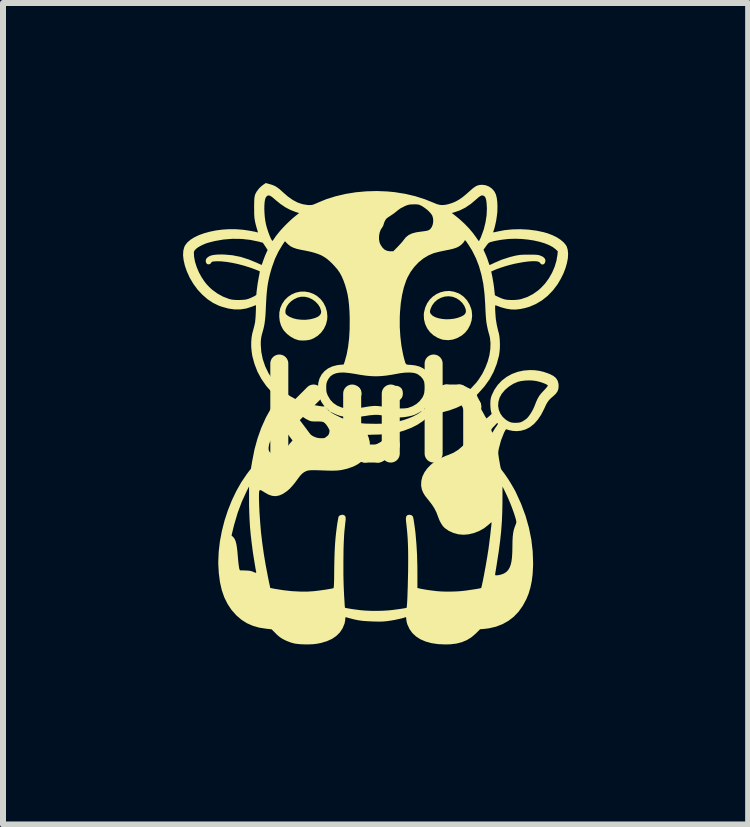
<source format=kicad_pcb>
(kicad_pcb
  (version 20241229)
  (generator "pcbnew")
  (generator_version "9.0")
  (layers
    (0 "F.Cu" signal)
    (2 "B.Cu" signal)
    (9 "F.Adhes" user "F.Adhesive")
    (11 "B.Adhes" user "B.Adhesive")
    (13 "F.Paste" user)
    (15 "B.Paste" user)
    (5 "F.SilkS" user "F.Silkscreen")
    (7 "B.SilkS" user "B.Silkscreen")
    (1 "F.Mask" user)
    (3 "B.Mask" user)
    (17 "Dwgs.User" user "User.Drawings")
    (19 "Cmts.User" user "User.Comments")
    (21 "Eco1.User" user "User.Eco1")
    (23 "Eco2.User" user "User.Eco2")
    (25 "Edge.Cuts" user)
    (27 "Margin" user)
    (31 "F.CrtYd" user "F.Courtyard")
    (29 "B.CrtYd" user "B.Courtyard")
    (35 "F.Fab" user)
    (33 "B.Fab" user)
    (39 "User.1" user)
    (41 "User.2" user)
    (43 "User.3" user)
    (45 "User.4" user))
  (footprint "kuh"
    (layer "F.Cu")
    (at 3.211 3.829)
    (property "Reference" "kuh" (at 0 0 0) (layer "F.SilkS") (effects (font (size 1.5 1.5) (thickness 0.3))))
    (attr board_only exclude_from_pos_files exclude_from_bom)
    (fp_poly (pts (xy -0.308 -0.443) (xy -0.277 -0.423) (xy -0.254 -0.392) (xy -0.24 -0.354) (xy -0.237 -0.313) (xy -0.247 -0.27) (xy -0.253 -0.256) (xy -0.279 -0.223) (xy -0.312 -0.202) (xy -0.351 -0.195) (xy -0.39 -0.203) (xy -0.4 -0.208) (xy -0.426 -0.231) (xy -0.445 -0.265) (xy -0.455 -0.305) (xy -0.456 -0.346) (xy -0.446 -0.384) (xy -0.44 -0.395) (xy -0.412 -0.429) (xy -0.376 -0.447) (xy -0.346 -0.451)) (stroke (width 0) (type solid)) (fill yes) (layer "F.SilkS"))
    (fp_poly (pts (xy 0.388 -0.439) (xy 0.418 -0.418) (xy 0.436 -0.396) (xy 0.448 -0.361) (xy 0.452 -0.32) (xy 0.446 -0.279) (xy 0.437 -0.256) (xy 0.412 -0.224) (xy 0.378 -0.203) (xy 0.34 -0.196) (xy 0.302 -0.202) (xy 0.3 -0.203) (xy 0.275 -0.22) (xy 0.252 -0.247) (xy 0.238 -0.274) (xy 0.229 -0.319) (xy 0.237 -0.367) (xy 0.245 -0.387) (xy 0.261 -0.415) (xy 0.284 -0.433) (xy 0.317 -0.447) (xy 0.325 -0.449) (xy 0.355 -0.45)) (stroke (width 0) (type solid)) (fill yes) (layer "F.SilkS"))
    (fp_poly (pts (xy -1.111 -2.009) (xy -1.038 -1.982) (xy -0.981 -1.949) (xy -0.92 -1.896) (xy -0.871 -1.833) (xy -0.835 -1.761) (xy -0.813 -1.684) (xy -0.806 -1.604) (xy -0.81 -1.552) (xy -0.829 -1.474) (xy -0.863 -1.402) (xy -0.91 -1.337) (xy -0.968 -1.283) (xy -1.035 -1.242) (xy -1.079 -1.223) (xy -1.12 -1.213) (xy -1.171 -1.207) (xy -1.223 -1.205) (xy -1.269 -1.208) (xy -1.286 -1.21) (xy -1.352 -1.232) (xy -1.417 -1.268) (xy -1.478 -1.314) (xy -1.529 -1.368) (xy -1.549 -1.397) (xy -1.58 -1.459) (xy -1.6 -1.529) (xy -1.608 -1.603) (xy -1.606 -1.677) (xy -1.603 -1.687) (xy -1.506 -1.687) (xy -1.504 -1.662) (xy -1.494 -1.643) (xy -1.478 -1.627) (xy -1.435 -1.599) (xy -1.379 -1.576) (xy -1.315 -1.56) (xy -1.245 -1.552) (xy -1.173 -1.55) (xy -1.102 -1.558) (xy -1.079 -1.562) (xy -1.013 -1.58) (xy -0.963 -1.602) (xy -0.93 -1.629) (xy -0.912 -1.661) (xy -0.91 -1.697) (xy -0.911 -1.699) (xy -0.929 -1.756) (xy -0.962 -1.808) (xy -1.006 -1.854) (xy -1.058 -1.891) (xy -1.117 -1.919) (xy -1.178 -1.934) (xy -1.241 -1.935) (xy -1.244 -1.935) (xy -1.302 -1.921) (xy -1.357 -1.896) (xy -1.407 -1.862) (xy -1.45 -1.82) (xy -1.482 -1.774) (xy -1.501 -1.725) (xy -1.506 -1.687) (xy -1.603 -1.687) (xy -1.592 -1.742) (xy -1.56 -1.816) (xy -1.516 -1.88) (xy -1.462 -1.933) (xy -1.4 -1.974) (xy -1.332 -2.003) (xy -1.26 -2.019) (xy -1.186 -2.021)) (stroke (width 0) (type solid)) (fill yes) (layer "F.SilkS"))
    (fp_poly (pts (xy 1.303 -2.019) (xy 1.377 -1.993) (xy 1.405 -1.978) (xy 1.466 -1.934) (xy 1.519 -1.877) (xy 1.561 -1.809) (xy 1.59 -1.735) (xy 1.6 -1.694) (xy 1.606 -1.616) (xy 1.597 -1.539) (xy 1.573 -1.465) (xy 1.537 -1.397) (xy 1.49 -1.337) (xy 1.432 -1.288) (xy 1.432 -1.288) (xy 1.358 -1.246) (xy 1.285 -1.221) (xy 1.21 -1.211) (xy 1.132 -1.217) (xy 1.118 -1.219) (xy 1.09 -1.227) (xy 1.056 -1.24) (xy 1.029 -1.251) (xy 0.96 -1.293) (xy 0.902 -1.346) (xy 0.856 -1.409) (xy 0.823 -1.48) (xy 0.804 -1.556) (xy 0.8 -1.636) (xy 0.804 -1.675) (xy 0.807 -1.685) (xy 0.903 -1.685) (xy 0.907 -1.666) (xy 0.917 -1.649) (xy 0.946 -1.619) (xy 0.989 -1.595) (xy 1.042 -1.577) (xy 1.103 -1.565) (xy 1.17 -1.559) (xy 1.239 -1.561) (xy 1.307 -1.569) (xy 1.372 -1.585) (xy 1.377 -1.587) (xy 1.431 -1.608) (xy 1.468 -1.629) (xy 1.491 -1.653) (xy 1.502 -1.682) (xy 1.5 -1.716) (xy 1.498 -1.727) (xy 1.477 -1.781) (xy 1.442 -1.831) (xy 1.396 -1.875) (xy 1.343 -1.91) (xy 1.284 -1.933) (xy 1.279 -1.934) (xy 1.213 -1.943) (xy 1.147 -1.937) (xy 1.085 -1.917) (xy 1.027 -1.885) (xy 0.978 -1.842) (xy 0.939 -1.79) (xy 0.912 -1.73) (xy 0.907 -1.71) (xy 0.903 -1.685) (xy 0.807 -1.685) (xy 0.824 -1.754) (xy 0.856 -1.825) (xy 0.9 -1.888) (xy 0.954 -1.94) (xy 1.015 -1.981) (xy 1.082 -2.01) (xy 1.154 -2.027) (xy 1.228 -2.031)) (stroke (width 0) (type solid)) (fill yes) (layer "F.SilkS"))
    (fp_poly (pts (xy -1.778 -3.814) (xy -1.727 -3.799) (xy -1.683 -3.781) (xy -1.644 -3.758) (xy -1.603 -3.727) (xy -1.557 -3.686) (xy -1.551 -3.68) (xy -1.465 -3.605) (xy -1.381 -3.546) (xy -1.299 -3.503) (xy -1.217 -3.476) (xy -1.134 -3.463) (xy -1.104 -3.462) (xy -1.076 -3.463) (xy -1.051 -3.467) (xy -1.023 -3.477) (xy -0.987 -3.492) (xy -0.972 -3.499) (xy -0.827 -3.559) (xy -0.671 -3.608) (xy -0.506 -3.647) (xy -0.335 -3.675) (xy -0.159 -3.691) (xy 0.018 -3.696) (xy 0.193 -3.689) (xy 0.317 -3.677) (xy 0.493 -3.649) (xy 0.658 -3.61) (xy 0.815 -3.56) (xy 0.967 -3.499) (xy 1.021 -3.477) (xy 1.068 -3.465) (xy 1.114 -3.462) (xy 1.163 -3.467) (xy 1.213 -3.478) (xy 1.274 -3.497) (xy 1.331 -3.521) (xy 1.388 -3.553) (xy 1.446 -3.593) (xy 1.509 -3.645) (xy 1.574 -3.703) (xy 1.619 -3.742) (xy 1.658 -3.77) (xy 1.694 -3.788) (xy 1.731 -3.797) (xy 1.773 -3.8) (xy 1.777 -3.8) (xy 1.834 -3.792) (xy 1.888 -3.77) (xy 1.936 -3.736) (xy 1.975 -3.692) (xy 2.001 -3.642) (xy 2.001 -3.641) (xy 2.016 -3.583) (xy 2.025 -3.514) (xy 2.028 -3.437) (xy 2.026 -3.355) (xy 2.024 -3.328) (xy 2.016 -3.266) (xy 2.006 -3.2) (xy 1.992 -3.136) (xy 1.978 -3.078) (xy 1.964 -3.035) (xy 1.958 -3.017) (xy 1.958 -3.007) (xy 1.958 -3.007) (xy 1.967 -3.008) (xy 1.989 -3.012) (xy 2.018 -3.018) (xy 2.028 -3.021) (xy 2.147 -3.044) (xy 2.275 -3.057) (xy 2.408 -3.06) (xy 2.543 -3.053) (xy 2.675 -3.036) (xy 2.799 -3.01) (xy 2.864 -2.991) (xy 2.943 -2.961) (xy 3.015 -2.926) (xy 3.078 -2.885) (xy 3.129 -2.842) (xy 3.167 -2.797) (xy 3.182 -2.771) (xy 3.199 -2.716) (xy 3.205 -2.651) (xy 3.201 -2.577) (xy 3.186 -2.498) (xy 3.162 -2.413) (xy 3.129 -2.326) (xy 3.086 -2.239) (xy 3.036 -2.153) (xy 3.026 -2.137) (xy 2.95 -2.038) (xy 2.865 -1.95) (xy 2.771 -1.875) (xy 2.669 -1.814) (xy 2.562 -1.768) (xy 2.495 -1.748) (xy 2.409 -1.73) (xy 2.33 -1.721) (xy 2.254 -1.723) (xy 2.176 -1.735) (xy 2.094 -1.757) (xy 2.003 -1.79) (xy 2.002 -1.791) (xy 1.996 -1.792) (xy 1.992 -1.79) (xy 1.99 -1.782) (xy 1.989 -1.765) (xy 1.989 -1.737) (xy 1.991 -1.695) (xy 1.992 -1.672) (xy 2 -1.567) (xy 2.016 -1.468) (xy 2.039 -1.367) (xy 2.05 -1.329) (xy 2.06 -1.279) (xy 2.066 -1.217) (xy 2.069 -1.148) (xy 2.068 -1.078) (xy 2.062 -1.012) (xy 2.054 -0.956) (xy 2.016 -0.816) (xy 1.964 -0.684) (xy 1.897 -0.56) (xy 1.814 -0.444) (xy 1.725 -0.343) (xy 1.694 -0.31) (xy 1.667 -0.282) (xy 1.648 -0.261) (xy 1.637 -0.248) (xy 1.636 -0.245) (xy 1.641 -0.237) (xy 1.654 -0.218) (xy 1.672 -0.19) (xy 1.694 -0.156) (xy 1.697 -0.152) (xy 1.725 -0.108) (xy 1.755 -0.06) (xy 1.783 -0.014) (xy 1.799 0.015) (xy 1.816 0.047) (xy 1.831 0.072) (xy 1.842 0.089) (xy 1.845 0.093) (xy 1.853 0.087) (xy 1.87 0.073) (xy 1.891 0.055) (xy 1.932 0.018) (xy 1.92 -0.023) (xy 1.915 -0.052) (xy 1.911 -0.093) (xy 1.91 -0.117) (xy 2.039 -0.117) (xy 2.05 -0.052) (xy 2.075 0.01) (xy 2.114 0.066) (xy 2.166 0.114) (xy 2.175 0.12) (xy 2.215 0.144) (xy 2.251 0.159) (xy 2.289 0.165) (xy 2.337 0.166) (xy 2.345 0.166) (xy 2.385 0.163) (xy 2.413 0.157) (xy 2.439 0.146) (xy 2.448 0.141) (xy 2.477 0.123) (xy 2.504 0.104) (xy 2.513 0.097) (xy 2.539 0.07) (xy 2.568 0.031) (xy 2.597 -0.015) (xy 2.624 -0.064) (xy 2.645 -0.112) (xy 2.648 -0.12) (xy 2.673 -0.184) (xy 2.697 -0.236) (xy 2.722 -0.279) (xy 2.751 -0.318) (xy 2.787 -0.358) (xy 2.8 -0.371) (xy 2.827 -0.4) (xy 2.849 -0.426) (xy 2.863 -0.445) (xy 2.868 -0.455) (xy 2.858 -0.465) (xy 2.836 -0.478) (xy 2.803 -0.492) (xy 2.765 -0.506) (xy 2.722 -0.519) (xy 2.68 -0.529) (xy 2.678 -0.53) (xy 2.62 -0.538) (xy 2.554 -0.541) (xy 2.486 -0.538) (xy 2.423 -0.53) (xy 2.371 -0.518) (xy 2.37 -0.518) (xy 2.293 -0.485) (xy 2.22 -0.439) (xy 2.154 -0.383) (xy 2.101 -0.32) (xy 2.098 -0.316) (xy 2.063 -0.252) (xy 2.044 -0.185) (xy 2.039 -0.117) (xy 1.91 -0.117) (xy 1.909 -0.139) (xy 1.909 -0.148) (xy 1.91 -0.194) (xy 1.914 -0.228) (xy 1.921 -0.259) (xy 1.931 -0.29) (xy 1.975 -0.382) (xy 2.032 -0.465) (xy 2.1 -0.537) (xy 2.179 -0.598) (xy 2.267 -0.647) (xy 2.363 -0.683) (xy 2.465 -0.705) (xy 2.572 -0.713) (xy 2.651 -0.71) (xy 2.725 -0.7) (xy 2.796 -0.683) (xy 2.87 -0.658) (xy 2.905 -0.644) (xy 2.962 -0.614) (xy 3.004 -0.578) (xy 3.031 -0.535) (xy 3.045 -0.484) (xy 3.047 -0.447) (xy 3.043 -0.399) (xy 3.028 -0.358) (xy 3.002 -0.32) (xy 2.961 -0.281) (xy 2.952 -0.273) (xy 2.916 -0.242) (xy 2.888 -0.213) (xy 2.863 -0.18) (xy 2.84 -0.14) (xy 2.816 -0.089) (xy 2.808 -0.071) (xy 2.757 0.029) (xy 2.7 0.114) (xy 2.638 0.184) (xy 2.57 0.238) (xy 2.497 0.276) (xy 2.419 0.298) (xy 2.346 0.305) (xy 2.279 0.3) (xy 2.216 0.287) (xy 2.181 0.275) (xy 2.173 0.275) (xy 2.164 0.282) (xy 2.153 0.301) (xy 2.137 0.332) (xy 2.087 0.459) (xy 2.052 0.591) (xy 2.052 0.592) (xy 2.046 0.62) (xy 2.043 0.642) (xy 2.041 0.662) (xy 2.042 0.685) (xy 2.046 0.714) (xy 2.051 0.752) (xy 2.059 0.799) (xy 2.068 0.85) (xy 2.075 0.888) (xy 2.081 0.915) (xy 2.088 0.935) (xy 2.096 0.949) (xy 2.105 0.962) (xy 2.107 0.964) (xy 2.137 1.003) (xy 2.173 1.054) (xy 2.212 1.112) (xy 2.251 1.175) (xy 2.287 1.237) (xy 2.32 1.295) (xy 2.335 1.325) (xy 2.423 1.519) (xy 2.496 1.716) (xy 2.552 1.913) (xy 2.592 2.111) (xy 2.615 2.308) (xy 2.622 2.505) (xy 2.621 2.556) (xy 2.614 2.688) (xy 2.599 2.806) (xy 2.576 2.915) (xy 2.546 3.015) (xy 2.509 3.105) (xy 2.449 3.216) (xy 2.38 3.313) (xy 2.301 3.396) (xy 2.212 3.465) (xy 2.114 3.52) (xy 2.006 3.562) (xy 1.888 3.59) (xy 1.798 3.601) (xy 1.738 3.606) (xy 1.667 3.677) (xy 1.596 3.738) (xy 1.519 3.786) (xy 1.435 3.821) (xy 1.342 3.845) (xy 1.239 3.857) (xy 1.163 3.859) (xy 1.042 3.854) (xy 0.931 3.838) (xy 0.833 3.811) (xy 0.746 3.774) (xy 0.671 3.726) (xy 0.61 3.669) (xy 0.562 3.602) (xy 0.527 3.526) (xy 0.525 3.521) (xy 0.516 3.487) (xy 0.51 3.454) (xy 0.508 3.434) (xy 0.507 3.413) (xy 0.502 3.405) (xy 0.493 3.406) (xy 0.462 3.416) (xy 0.419 3.428) (xy 0.368 3.439) (xy 0.313 3.451) (xy 0.259 3.46) (xy 0.221 3.466) (xy 0.176 3.472) (xy 0.132 3.476) (xy 0.086 3.478) (xy 0.032 3.478) (xy -0.033 3.477) (xy -0.049 3.476) (xy -0.139 3.472) (xy -0.218 3.466) (xy -0.291 3.456) (xy -0.363 3.441) (xy -0.44 3.421) (xy -0.493 3.406) (xy -0.503 3.406) (xy -0.507 3.415) (xy -0.508 3.434) (xy -0.51 3.462) (xy -0.517 3.495) (xy -0.521 3.513) (xy -0.553 3.591) (xy -0.598 3.659) (xy -0.658 3.718) (xy -0.73 3.767) (xy -0.817 3.806) (xy -0.916 3.835) (xy -0.978 3.847) (xy -1.041 3.855) (xy -1.113 3.858) (xy -1.188 3.858) (xy -1.26 3.855) (xy -1.325 3.848) (xy -1.357 3.843) (xy -1.418 3.826) (xy -1.483 3.801) (xy -1.512 3.787) (xy -1.554 3.766) (xy -1.588 3.744) (xy -1.621 3.719) (xy -1.657 3.686) (xy -1.665 3.677) (xy -1.736 3.607) (xy -1.824 3.597) (xy -1.942 3.579) (xy -2.049 3.548) (xy -2.147 3.505) (xy -2.236 3.449) (xy -2.319 3.378) (xy -2.328 3.369) (xy -2.405 3.282) (xy -2.47 3.183) (xy -2.524 3.074) (xy -2.566 2.953) (xy -2.596 2.82) (xy -2.615 2.675) (xy -2.624 2.518) (xy -2.624 2.481) (xy -2.617 2.314) (xy -2.597 2.142) (xy -2.578 2.044) (xy -2.403 2.044) (xy -2.382 2.063) (xy -2.363 2.083) (xy -2.348 2.108) (xy -2.335 2.14) (xy -2.324 2.18) (xy -2.315 2.231) (xy -2.307 2.295) (xy -2.3 2.373) (xy -2.298 2.397) (xy -2.291 2.475) (xy -2.284 2.536) (xy -2.277 2.582) (xy -2.27 2.611) (xy -2.262 2.624) (xy -2.261 2.624) (xy -2.25 2.625) (xy -2.227 2.625) (xy -2.195 2.626) (xy -2.171 2.627) (xy -2.124 2.629) (xy -2.09 2.634) (xy -2.062 2.641) (xy -2.048 2.647) (xy -2.017 2.66) (xy -1.999 2.665) (xy -1.991 2.661) (xy -1.992 2.651) (xy -1.996 2.636) (xy -2.001 2.607) (xy -2.008 2.567) (xy -2.016 2.52) (xy -2.024 2.469) (xy -2.033 2.415) (xy -2.041 2.364) (xy -2.048 2.317) (xy -2.052 2.289) (xy -2.07 2.147) (xy -2.085 2.016) (xy -2.096 1.893) (xy -2.103 1.773) (xy -2.108 1.652) (xy -2.111 1.525) (xy -2.111 1.47) (xy -2.111 1.375) (xy -1.946 1.375) (xy -1.946 1.431) (xy -1.944 1.5) (xy -1.941 1.579) (xy -1.937 1.664) (xy -1.931 1.752) (xy -1.925 1.839) (xy -1.918 1.922) (xy -1.913 1.983) (xy -1.891 2.168) (xy -1.865 2.353) (xy -1.833 2.542) (xy -1.795 2.74) (xy -1.785 2.79) (xy -1.758 2.918) (xy -1.685 2.932) (xy -1.542 2.955) (xy -1.399 2.971) (xy -1.26 2.978) (xy -1.129 2.978) (xy -1.037 2.972) (xy -0.993 2.967) (xy -0.944 2.961) (xy -0.892 2.954) (xy -0.842 2.947) (xy -0.795 2.939) (xy -0.754 2.932) (xy -0.724 2.926) (xy -0.706 2.922) (xy -0.704 2.921) (xy -0.701 2.91) (xy -0.698 2.884) (xy -0.696 2.841) (xy -0.694 2.782) (xy -0.693 2.709) (xy -0.693 2.674) (xy -0.691 2.532) (xy -0.688 2.404) (xy -0.684 2.289) (xy -0.678 2.183) (xy -0.67 2.083) (xy -0.66 1.989) (xy -0.648 1.896) (xy -0.642 1.854) (xy -0.635 1.811) (xy -0.628 1.773) (xy -0.623 1.744) (xy -0.618 1.727) (xy -0.617 1.726) (xy -0.601 1.71) (xy -0.576 1.701) (xy -0.55 1.698) (xy -0.539 1.701) (xy -0.517 1.712) (xy -0.505 1.729) (xy -0.501 1.756) (xy -0.502 1.788) (xy -0.506 1.817) (xy -0.51 1.857) (xy -0.515 1.904) (xy -0.52 1.953) (xy -0.521 1.959) (xy -0.526 2.019) (xy -0.53 2.093) (xy -0.534 2.178) (xy -0.537 2.273) (xy -0.538 2.375) (xy -0.539 2.481) (xy -0.539 2.589) (xy -0.539 2.696) (xy -0.537 2.799) (xy -0.534 2.897) (xy -0.53 2.987) (xy -0.53 2.987) (xy -0.527 3.051) (xy -0.523 3.11) (xy -0.52 3.16) (xy -0.518 3.201) (xy -0.515 3.231) (xy -0.514 3.246) (xy -0.513 3.247) (xy -0.503 3.25) (xy -0.48 3.255) (xy -0.445 3.261) (xy -0.404 3.268) (xy -0.357 3.275) (xy -0.309 3.281) (xy -0.263 3.287) (xy -0.258 3.288) (xy -0.174 3.295) (xy -0.078 3.299) (xy 0.023 3.3) (xy 0.124 3.297) (xy 0.22 3.291) (xy 0.284 3.284) (xy 0.352 3.275) (xy 0.41 3.267) (xy 0.457 3.26) (xy 0.49 3.254) (xy 0.51 3.249) (xy 0.514 3.247) (xy 0.516 3.236) (xy 0.519 3.21) (xy 0.522 3.17) (xy 0.525 3.118) (xy 0.528 3.055) (xy 0.53 2.982) (xy 0.533 2.902) (xy 0.535 2.816) (xy 0.537 2.726) (xy 0.539 2.641) (xy 0.54 2.508) (xy 0.54 2.39) (xy 0.539 2.283) (xy 0.536 2.186) (xy 0.532 2.097) (xy 0.526 2.012) (xy 0.518 1.929) (xy 0.511 1.864) (xy 0.505 1.81) (xy 0.502 1.77) (xy 0.504 1.742) (xy 0.51 1.723) (xy 0.521 1.71) (xy 0.538 1.701) (xy 0.539 1.701) (xy 0.566 1.698) (xy 0.593 1.705) (xy 0.614 1.72) (xy 0.617 1.726) (xy 0.623 1.743) (xy 0.63 1.775) (xy 0.637 1.819) (xy 0.645 1.872) (xy 0.653 1.931) (xy 0.661 1.995) (xy 0.664 2.027) (xy 0.678 2.193) (xy 0.688 2.364) (xy 0.693 2.546) (xy 0.694 2.687) (xy 0.694 2.918) (xy 0.73 2.927) (xy 0.763 2.934) (xy 0.808 2.942) (xy 0.863 2.951) (xy 0.921 2.959) (xy 0.98 2.966) (xy 1.017 2.971) (xy 1.092 2.976) (xy 1.177 2.979) (xy 1.267 2.978) (xy 1.357 2.975) (xy 1.425 2.97) (xy 1.46 2.966) (xy 1.503 2.961) (xy 1.55 2.954) (xy 1.599 2.947) (xy 1.646 2.94) (xy 1.688 2.933) (xy 1.722 2.927) (xy 1.746 2.922) (xy 1.756 2.919) (xy 1.76 2.907) (xy 1.767 2.881) (xy 1.775 2.842) (xy 1.786 2.793) (xy 1.797 2.735) (xy 1.805 2.696) (xy 1.989 2.696) (xy 1.991 2.704) (xy 1.999 2.707) (xy 2.017 2.707) (xy 2.042 2.705) (xy 2.088 2.695) (xy 2.131 2.679) (xy 2.137 2.676) (xy 2.174 2.652) (xy 2.204 2.622) (xy 2.228 2.584) (xy 2.247 2.536) (xy 2.261 2.478) (xy 2.27 2.408) (xy 2.275 2.324) (xy 2.277 2.234) (xy 2.278 2.144) (xy 2.282 2.068) (xy 2.289 2.005) (xy 2.299 1.953) (xy 2.313 1.909) (xy 2.316 1.9) (xy 2.328 1.87) (xy 2.338 1.843) (xy 2.342 1.828) (xy 2.341 1.807) (xy 2.334 1.773) (xy 2.321 1.729) (xy 2.304 1.675) (xy 2.283 1.616) (xy 2.259 1.552) (xy 2.233 1.487) (xy 2.205 1.422) (xy 2.177 1.36) (xy 2.149 1.302) (xy 2.149 1.301) (xy 2.112 1.228) (xy 2.111 1.488) (xy 2.108 1.653) (xy 2.101 1.815) (xy 2.089 1.977) (xy 2.071 2.144) (xy 2.048 2.317) (xy 2.019 2.502) (xy 2.014 2.536) (xy 2.006 2.585) (xy 1.999 2.628) (xy 1.993 2.663) (xy 1.99 2.687) (xy 1.989 2.696) (xy 1.805 2.696) (xy 1.809 2.671) (xy 1.822 2.603) (xy 1.835 2.532) (xy 1.847 2.46) (xy 1.859 2.391) (xy 1.869 2.325) (xy 1.879 2.265) (xy 1.882 2.238) (xy 1.888 2.196) (xy 1.894 2.146) (xy 1.901 2.091) (xy 1.908 2.035) (xy 1.914 1.979) (xy 1.92 1.927) (xy 1.925 1.883) (xy 1.928 1.848) (xy 1.93 1.826) (xy 1.93 1.822) (xy 1.924 1.826) (xy 1.909 1.838) (xy 1.886 1.858) (xy 1.874 1.869) (xy 1.804 1.924) (xy 1.723 1.969) (xy 1.636 2.003) (xy 1.547 2.024) (xy 1.464 2.031) (xy 1.378 2.024) (xy 1.294 2.001) (xy 1.216 1.966) (xy 1.148 1.918) (xy 1.145 1.915) (xy 1.117 1.885) (xy 1.089 1.843) (xy 1.063 1.794) (xy 1.042 1.742) (xy 1.04 1.736) (xy 1.013 1.664) (xy 0.98 1.597) (xy 0.938 1.531) (xy 0.885 1.462) (xy 0.866 1.439) (xy 0.82 1.38) (xy 0.788 1.326) (xy 0.767 1.273) (xy 0.757 1.218) (xy 0.756 1.208) (xy 0.759 1.135) (xy 0.777 1.062) (xy 0.811 0.992) (xy 0.858 0.926) (xy 0.918 0.864) (xy 0.99 0.807) (xy 1.073 0.758) (xy 1.165 0.717) (xy 1.205 0.703) (xy 1.295 0.665) (xy 1.376 0.615) (xy 1.446 0.554) (xy 1.478 0.517) (xy 1.531 0.437) (xy 1.573 0.349) (xy 1.595 0.28) (xy 1.926 0.28) (xy 1.927 0.291) (xy 1.93 0.303) (xy 1.938 0.321) (xy 1.943 0.33) (xy 1.943 0.33) (xy 1.949 0.323) (xy 1.958 0.306) (xy 1.963 0.298) (xy 1.978 0.272) (xy 1.998 0.242) (xy 2.01 0.225) (xy 2.028 0.199) (xy 2.035 0.182) (xy 2.032 0.175) (xy 2.023 0.169) (xy 2.021 0.17) (xy 2.014 0.178) (xy 1.999 0.194) (xy 1.978 0.217) (xy 1.97 0.225) (xy 1.946 0.25) (xy 1.932 0.267) (xy 1.926 0.28) (xy 1.595 0.28) (xy 1.603 0.256) (xy 1.619 0.16) (xy 1.622 0.067) (xy 1.618 0.026) (xy 1.611 -0.012) (xy 1.603 -0.042) (xy 1.589 -0.071) (xy 1.569 -0.104) (xy 1.551 -0.132) (xy 1.536 -0.154) (xy 1.528 -0.167) (xy 1.527 -0.169) (xy 1.518 -0.166) (xy 1.498 -0.158) (xy 1.47 -0.144) (xy 1.449 -0.133) (xy 1.342 -0.083) (xy 1.226 -0.041) (xy 1.107 -0.009) (xy 0.992 0.011) (xy 0.973 0.013) (xy 0.945 0.016) (xy 0.925 0.022) (xy 0.908 0.032) (xy 0.887 0.049) (xy 0.868 0.068) (xy 0.786 0.137) (xy 0.696 0.197) (xy 0.596 0.248) (xy 0.482 0.292) (xy 0.461 0.299) (xy 0.396 0.318) (xy 0.333 0.333) (xy 0.271 0.345) (xy 0.204 0.353) (xy 0.128 0.358) (xy 0.04 0.362) (xy 0.036 0.362) (xy -0.016 0.363) (xy -0.061 0.364) (xy -0.098 0.366) (xy -0.123 0.366) (xy -0.135 0.367) (xy -0.135 0.367) (xy -0.133 0.375) (xy -0.126 0.394) (xy -0.119 0.41) (xy -0.1 0.484) (xy -0.097 0.556) (xy -0.109 0.625) (xy -0.136 0.691) (xy -0.177 0.752) (xy -0.231 0.807) (xy -0.297 0.855) (xy -0.376 0.896) (xy -0.465 0.927) (xy -0.474 0.93) (xy -0.524 0.942) (xy -0.569 0.952) (xy -0.612 0.958) (xy -0.658 0.962) (xy -0.71 0.963) (xy -0.771 0.963) (xy -0.846 0.961) (xy -0.846 0.961) (xy -0.924 0.958) (xy -0.986 0.956) (xy -1.035 0.956) (xy -1.074 0.956) (xy -1.104 0.958) (xy -1.127 0.961) (xy -1.146 0.966) (xy -1.162 0.972) (xy -1.164 0.973) (xy -1.196 0.99) (xy -1.226 1.013) (xy -1.256 1.044) (xy -1.29 1.087) (xy -1.305 1.108) (xy -1.352 1.172) (xy -1.395 1.223) (xy -1.434 1.265) (xy -1.474 1.3) (xy -1.484 1.308) (xy -1.548 1.351) (xy -1.609 1.377) (xy -1.668 1.388) (xy -1.727 1.383) (xy -1.788 1.362) (xy -1.852 1.326) (xy -1.855 1.324) (xy -1.891 1.301) (xy -1.916 1.288) (xy -1.932 1.288) (xy -1.94 1.3) (xy -1.945 1.328) (xy -1.946 1.37) (xy -1.946 1.375) (xy -2.111 1.375) (xy -2.111 1.226) (xy -2.149 1.301) (xy -2.231 1.479) (xy -2.302 1.669) (xy -2.36 1.866) (xy -2.383 1.959) (xy -2.403 2.044) (xy -2.578 2.044) (xy -2.564 1.969) (xy -2.52 1.796) (xy -2.464 1.625) (xy -2.399 1.461) (xy -2.324 1.304) (xy -2.241 1.157) (xy -2.15 1.023) (xy -2.131 0.997) (xy -2.08 0.931) (xy -2.06 0.81) (xy -2.021 0.612) (xy -2.016 0.593) (xy -1.786 0.593) (xy -1.783 0.622) (xy -1.774 0.644) (xy -1.761 0.659) (xy -1.746 0.674) (xy -1.73 0.682) (xy -1.708 0.685) (xy -1.686 0.686) (xy -1.65 0.683) (xy -1.629 0.676) (xy -1.625 0.673) (xy -1.614 0.663) (xy -1.592 0.647) (xy -1.564 0.626) (xy -1.543 0.612) (xy -1.512 0.591) (xy -1.485 0.571) (xy -1.467 0.556) (xy -1.462 0.55) (xy -1.434 0.514) (xy -1.4 0.475) (xy -1.365 0.437) (xy -1.329 0.401) (xy -1.296 0.371) (xy -1.268 0.35) (xy -1.25 0.339) (xy -1.236 0.33) (xy -1.234 0.328) (xy -1.22 0.321) (xy -1.195 0.322) (xy -1.16 0.332) (xy -1.118 0.349) (xy -1.075 0.372) (xy -1.029 0.397) (xy -0.99 0.412) (xy -0.953 0.42) (xy -0.914 0.423) (xy -0.909 0.423) (xy -0.879 0.422) (xy -0.857 0.42) (xy -0.847 0.417) (xy -0.846 0.417) (xy -0.84 0.409) (xy -0.823 0.398) (xy -0.817 0.394) (xy -0.79 0.371) (xy -0.775 0.335) (xy -0.77 0.299) (xy -0.775 0.279) (xy -0.789 0.252) (xy -0.808 0.221) (xy -0.829 0.192) (xy -0.85 0.17) (xy -0.86 0.162) (xy -0.873 0.154) (xy -0.888 0.149) (xy -0.909 0.146) (xy -0.939 0.144) (xy -0.982 0.144) (xy -0.984 0.144) (xy -1.026 0.144) (xy -1.057 0.142) (xy -1.08 0.139) (xy -1.1 0.133) (xy -1.122 0.123) (xy -1.142 0.113) (xy -1.179 0.092) (xy -1.219 0.064) (xy -1.254 0.035) (xy -1.257 0.033) (xy -1.309 -0.01) (xy -1.319 -0.016) (xy -0.756 -0.016) (xy -0.747 -0.008) (xy -0.726 0.005) (xy -0.695 0.023) (xy -0.683 0.03) (xy -0.57 0.085) (xy -0.447 0.129) (xy -0.312 0.161) (xy -0.243 0.173) (xy -0.205 0.177) (xy -0.155 0.18) (xy -0.096 0.181) (xy -0.031 0.182) (xy 0.036 0.182) (xy 0.101 0.181) (xy 0.162 0.178) (xy 0.213 0.175) (xy 0.253 0.171) (xy 0.262 0.17) (xy 0.36 0.149) (xy 0.455 0.123) (xy 0.544 0.093) (xy 0.625 0.059) (xy 0.695 0.022) (xy 0.751 -0.016) (xy 0.762 -0.025) (xy 0.766 -0.03) (xy 0.758 -0.027) (xy 0.739 -0.016) (xy 0.735 -0.013) (xy 0.701 0.006) (xy 0.665 0.024) (xy 0.643 0.034) (xy 0.601 0.047) (xy 0.549 0.059) (xy 0.492 0.069) (xy 0.438 0.075) (xy 0.403 0.076) (xy 0.368 0.075) (xy 0.322 0.071) (xy 0.268 0.065) (xy 0.21 0.058) (xy 0.154 0.05) (xy 0.107 0.042) (xy 0.044 0.034) (xy -0.025 0.034) (xy -0.103 0.041) (xy -0.174 0.052) (xy -0.263 0.064) (xy -0.352 0.071) (xy -0.436 0.071) (xy -0.512 0.066) (xy -0.576 0.055) (xy -0.588 0.052) (xy -0.629 0.039) (xy -0.672 0.022) (xy -0.708 0.005) (xy -0.709 0.005) (xy -0.738 -0.01) (xy -0.753 -0.017) (xy -0.756 -0.016) (xy -1.319 -0.016) (xy -1.356 -0.039) (xy -1.398 -0.054) (xy -1.437 -0.057) (xy -1.44 -0.056) (xy -1.467 -0.052) (xy -1.49 -0.046) (xy -1.495 -0.043) (xy -1.515 -0.034) (xy -1.523 -0.03) (xy -1.549 -0.017) (xy -1.583 0.004) (xy -1.621 0.029) (xy -1.66 0.057) (xy -1.682 0.075) (xy -1.702 0.092) (xy -1.713 0.106) (xy -1.717 0.123) (xy -1.718 0.15) (xy -1.718 0.155) (xy -1.716 0.193) (xy -1.71 0.235) (xy -1.705 0.26) (xy -1.698 0.289) (xy -1.696 0.31) (xy -1.698 0.331) (xy -1.705 0.358) (xy -1.71 0.372) (xy -1.721 0.405) (xy -1.734 0.434) (xy -1.745 0.453) (xy -1.764 0.486) (xy -1.778 0.529) (xy -1.785 0.575) (xy -1.786 0.593) (xy -2.016 0.593) (xy -1.97 0.425) (xy -1.907 0.248) (xy -1.832 0.081) (xy -1.747 -0.072) (xy -0.829 -0.072) (xy -0.825 -0.068) (xy -0.821 -0.072) (xy -0.817 -0.072) (xy -0.796 -0.049) (xy -0.78 -0.031) (xy -0.772 -0.025) (xy -0.77 -0.028) (xy -0.776 -0.035) (xy -0.79 -0.048) (xy -0.793 -0.051) (xy -0.806 -0.062) (xy 0.804 -0.062) (xy 0.808 -0.06) (xy 0.819 -0.071) (xy 0.822 -0.074) (xy 0.829 -0.084) (xy 0.825 -0.082) (xy 0.819 -0.077) (xy 0.807 -0.067) (xy 0.804 -0.062) (xy -0.806 -0.062) (xy -0.817 -0.072) (xy -0.821 -0.072) (xy -0.825 -0.076) (xy -0.829 -0.072) (xy -1.747 -0.072) (xy -1.744 -0.078) (xy -1.693 -0.158) (xy -1.635 -0.244) (xy -1.725 -0.336) (xy -1.822 -0.445) (xy -1.904 -0.562) (xy -1.971 -0.686) (xy -2.022 -0.818) (xy -2.057 -0.948) (xy -2.068 -1.022) (xy -2.075 -1.099) (xy -2.075 -1.134) (xy -1.916 -1.134) (xy -1.907 -1.013) (xy -1.882 -0.892) (xy -1.842 -0.775) (xy -1.787 -0.661) (xy -1.719 -0.554) (xy -1.636 -0.454) (xy -1.606 -0.422) (xy -1.519 -0.345) (xy -1.428 -0.279) (xy -1.329 -0.225) (xy -1.219 -0.18) (xy -1.111 -0.147) (xy -1.079 -0.139) (xy -1.04 -0.131) (xy -0.998 -0.124) (xy -0.956 -0.117) (xy -0.917 -0.111) (xy -0.885 -0.107) (xy -0.863 -0.106) (xy -0.856 -0.107) (xy -0.859 -0.114) (xy -0.87 -0.129) (xy -0.874 -0.135) (xy -0.905 -0.181) (xy -0.931 -0.238) (xy -0.95 -0.302) (xy -0.962 -0.368) (xy -0.965 -0.412) (xy -0.963 -0.431) (xy -0.825 -0.431) (xy -0.825 -0.419) (xy -0.824 -0.379) (xy -0.821 -0.35) (xy -0.814 -0.325) (xy -0.803 -0.296) (xy -0.797 -0.284) (xy -0.757 -0.217) (xy -0.705 -0.162) (xy -0.641 -0.119) (xy -0.567 -0.089) (xy -0.513 -0.076) (xy -0.473 -0.072) (xy -0.42 -0.072) (xy -0.358 -0.074) (xy -0.292 -0.08) (xy -0.225 -0.088) (xy -0.195 -0.093) (xy -0.131 -0.104) (xy -0.078 -0.111) (xy -0.033 -0.115) (xy 0.009 -0.115) (xy 0.052 -0.112) (xy 0.101 -0.106) (xy 0.16 -0.097) (xy 0.161 -0.097) (xy 0.25 -0.084) (xy 0.334 -0.076) (xy 0.41 -0.073) (xy 0.477 -0.074) (xy 0.53 -0.081) (xy 0.542 -0.084) (xy 0.612 -0.109) (xy 0.677 -0.147) (xy 0.732 -0.196) (xy 0.776 -0.253) (xy 0.793 -0.286) (xy 0.811 -0.339) (xy 0.82 -0.4) (xy 0.819 -0.461) (xy 0.809 -0.515) (xy 0.808 -0.517) (xy 0.784 -0.565) (xy 0.747 -0.608) (xy 0.701 -0.642) (xy 0.668 -0.657) (xy 0.619 -0.668) (xy 0.558 -0.672) (xy 0.488 -0.67) (xy 0.411 -0.661) (xy 0.367 -0.653) (xy 0.261 -0.634) (xy 0.168 -0.62) (xy 0.082 -0.612) (xy 0.001 -0.609) (xy -0.081 -0.612) (xy -0.167 -0.62) (xy -0.262 -0.634) (xy -0.347 -0.649) (xy -0.446 -0.664) (xy -0.53 -0.672) (xy -0.603 -0.67) (xy -0.663 -0.659) (xy -0.713 -0.639) (xy -0.754 -0.61) (xy -0.786 -0.57) (xy -0.801 -0.544) (xy -0.813 -0.517) (xy -0.82 -0.494) (xy -0.824 -0.467) (xy -0.825 -0.431) (xy -0.963 -0.431) (xy -0.958 -0.497) (xy -0.937 -0.573) (xy -0.902 -0.639) (xy -0.854 -0.695) (xy -0.795 -0.74) (xy -0.723 -0.774) (xy -0.641 -0.795) (xy -0.599 -0.8) (xy -0.534 -0.806) (xy -0.516 -0.859) (xy -0.485 -0.972) (xy -0.461 -1.1) (xy -0.444 -1.242) (xy -0.435 -1.396) (xy -0.435 -1.427) (xy 0.4 -1.427) (xy 0.41 -1.268) (xy 0.428 -1.117) (xy 0.455 -0.975) (xy 0.469 -0.918) (xy 0.481 -0.873) (xy 0.49 -0.842) (xy 0.499 -0.821) (xy 0.509 -0.81) (xy 0.523 -0.804) (xy 0.543 -0.801) (xy 0.57 -0.8) (xy 0.572 -0.8) (xy 0.654 -0.791) (xy 0.725 -0.773) (xy 0.786 -0.744) (xy 0.84 -0.704) (xy 0.844 -0.7) (xy 0.893 -0.644) (xy 0.928 -0.578) (xy 0.949 -0.502) (xy 0.956 -0.417) (xy 0.956 -0.416) (xy 0.949 -0.325) (xy 0.927 -0.241) (xy 0.89 -0.165) (xy 0.862 -0.126) (xy 0.838 -0.094) (xy 0.861 -0.102) (xy 0.878 -0.105) (xy 0.908 -0.111) (xy 0.946 -0.118) (xy 0.99 -0.125) (xy 0.997 -0.126) (xy 1.133 -0.155) (xy 1.261 -0.198) (xy 1.38 -0.255) (xy 1.489 -0.325) (xy 1.588 -0.409) (xy 1.676 -0.504) (xy 1.714 -0.554) (xy 1.776 -0.651) (xy 1.826 -0.753) (xy 1.866 -0.857) (xy 1.894 -0.961) (xy 1.909 -1.064) (xy 1.912 -1.163) (xy 1.902 -1.256) (xy 1.891 -1.3) (xy 1.875 -1.356) (xy 1.863 -1.407) (xy 1.853 -1.456) (xy 1.844 -1.506) (xy 1.838 -1.56) (xy 1.833 -1.621) (xy 1.829 -1.692) (xy 1.825 -1.775) (xy 1.824 -1.807) (xy 1.812 -1.984) (xy 1.792 -2.148) (xy 1.761 -2.3) (xy 1.721 -2.442) (xy 1.67 -2.574) (xy 1.608 -2.699) (xy 1.597 -2.718) (xy 1.795 -2.718) (xy 1.828 -2.644) (xy 1.845 -2.604) (xy 1.861 -2.562) (xy 1.873 -2.525) (xy 1.876 -2.517) (xy 1.885 -2.49) (xy 1.892 -2.47) (xy 1.897 -2.463) (xy 1.907 -2.467) (xy 1.928 -2.476) (xy 1.957 -2.49) (xy 1.973 -2.498) (xy 2.096 -2.551) (xy 2.232 -2.595) (xy 2.298 -2.612) (xy 2.338 -2.621) (xy 2.373 -2.627) (xy 2.406 -2.632) (xy 2.443 -2.634) (xy 2.487 -2.636) (xy 2.543 -2.636) (xy 2.548 -2.636) (xy 2.605 -2.636) (xy 2.649 -2.635) (xy 2.682 -2.633) (xy 2.708 -2.63) (xy 2.728 -2.625) (xy 2.739 -2.621) (xy 2.785 -2.601) (xy 2.813 -2.576) (xy 2.826 -2.547) (xy 2.827 -2.537) (xy 2.821 -2.505) (xy 2.807 -2.483) (xy 2.787 -2.472) (xy 2.765 -2.473) (xy 2.745 -2.488) (xy 2.735 -2.502) (xy 2.719 -2.515) (xy 2.689 -2.524) (xy 2.646 -2.527) (xy 2.593 -2.526) (xy 2.531 -2.521) (xy 2.463 -2.512) (xy 2.389 -2.499) (xy 2.313 -2.484) (xy 2.235 -2.465) (xy 2.158 -2.443) (xy 2.083 -2.419) (xy 2.013 -2.394) (xy 1.971 -2.376) (xy 1.924 -2.355) (xy 1.944 -2.259) (xy 1.953 -2.208) (xy 1.963 -2.148) (xy 1.971 -2.09) (xy 1.974 -2.061) (xy 1.985 -1.959) (xy 2.04 -1.932) (xy 2.076 -1.916) (xy 2.114 -1.901) (xy 2.141 -1.892) (xy 2.192 -1.883) (xy 2.253 -1.88) (xy 2.318 -1.881) (xy 2.38 -1.887) (xy 2.424 -1.896) (xy 2.525 -1.93) (xy 2.618 -1.978) (xy 2.706 -2.04) (xy 2.749 -2.078) (xy 2.82 -2.153) (xy 2.884 -2.24) (xy 2.938 -2.335) (xy 2.981 -2.435) (xy 3.011 -2.536) (xy 3.027 -2.63) (xy 3.033 -2.692) (xy 2.996 -2.727) (xy 2.948 -2.763) (xy 2.886 -2.796) (xy 2.811 -2.826) (xy 2.726 -2.851) (xy 2.633 -2.872) (xy 2.535 -2.887) (xy 2.433 -2.897) (xy 2.33 -2.901) (xy 2.228 -2.898) (xy 2.201 -2.896) (xy 2.147 -2.89) (xy 2.09 -2.883) (xy 2.033 -2.873) (xy 1.98 -2.863) (xy 1.936 -2.852) (xy 1.902 -2.842) (xy 1.888 -2.835) (xy 1.875 -2.825) (xy 1.857 -2.804) (xy 1.837 -2.777) (xy 1.834 -2.772) (xy 1.795 -2.718) (xy 1.597 -2.718) (xy 1.549 -2.795) (xy 1.522 -2.835) (xy 1.503 -2.862) (xy 1.49 -2.875) (xy 1.483 -2.877) (xy 1.481 -2.869) (xy 1.476 -2.859) (xy 1.462 -2.84) (xy 1.443 -2.819) (xy 1.415 -2.793) (xy 1.383 -2.771) (xy 1.344 -2.752) (xy 1.296 -2.736) (xy 1.236 -2.721) (xy 1.169 -2.708) (xy 1.117 -2.697) (xy 1.064 -2.686) (xy 1.016 -2.674) (xy 0.978 -2.664) (xy 0.967 -2.661) (xy 0.879 -2.624) (xy 0.794 -2.573) (xy 0.715 -2.509) (xy 0.643 -2.433) (xy 0.58 -2.348) (xy 0.529 -2.256) (xy 0.507 -2.205) (xy 0.468 -2.09) (xy 0.439 -1.965) (xy 0.417 -1.829) (xy 0.404 -1.68) (xy 0.4 -1.591) (xy 0.4 -1.427) (xy -0.435 -1.427) (xy -0.434 -1.563) (xy -0.434 -1.579) (xy -0.438 -1.694) (xy -0.445 -1.796) (xy -0.455 -1.887) (xy -0.469 -1.972) (xy -0.488 -2.052) (xy -0.511 -2.131) (xy -0.535 -2.198) (xy -0.565 -2.269) (xy -0.598 -2.331) (xy -0.638 -2.389) (xy -0.688 -2.447) (xy -0.728 -2.489) (xy -0.773 -2.532) (xy -0.817 -2.569) (xy -0.862 -2.599) (xy -0.91 -2.626) (xy -0.964 -2.648) (xy -1.025 -2.668) (xy -1.098 -2.687) (xy -1.183 -2.705) (xy -1.244 -2.716) (xy -1.314 -2.732) (xy -1.371 -2.751) (xy -1.418 -2.774) (xy -1.457 -2.804) (xy -1.474 -2.82) (xy -1.513 -2.86) (xy -1.552 -2.803) (xy -1.621 -2.688) (xy -1.679 -2.567) (xy -1.727 -2.434) (xy -1.747 -2.369) (xy -1.767 -2.295) (xy -1.783 -2.226) (xy -1.796 -2.161) (xy -1.806 -2.094) (xy -1.814 -2.024) (xy -1.821 -1.945) (xy -1.826 -1.856) (xy -1.829 -1.799) (xy -1.833 -1.712) (xy -1.837 -1.639) (xy -1.842 -1.577) (xy -1.848 -1.524) (xy -1.855 -1.476) (xy -1.864 -1.43) (xy -1.875 -1.385) (xy -1.886 -1.346) (xy -1.899 -1.299) (xy -1.907 -1.262) (xy -1.912 -1.229) (xy -1.915 -1.194) (xy -1.916 -1.152) (xy -1.916 -1.134) (xy -2.075 -1.134) (xy -2.075 -1.177) (xy -2.07 -1.249) (xy -2.06 -1.31) (xy -2.058 -1.32) (xy -2.043 -1.376) (xy -2.032 -1.417) (xy -2.024 -1.448) (xy -2.019 -1.471) (xy -2.015 -1.489) (xy -2.012 -1.505) (xy -2.01 -1.514) (xy -2.008 -1.536) (xy -2.005 -1.567) (xy -2.002 -1.606) (xy -2 -1.648) (xy -1.998 -1.691) (xy -1.997 -1.73) (xy -1.996 -1.762) (xy -1.996 -1.785) (xy -1.997 -1.794) (xy -1.997 -1.794) (xy -2.007 -1.791) (xy -2.028 -1.783) (xy -2.056 -1.772) (xy -2.061 -1.77) (xy -2.156 -1.739) (xy -2.253 -1.724) (xy -2.352 -1.723) (xy -2.456 -1.738) (xy -2.565 -1.768) (xy -2.613 -1.785) (xy -2.709 -1.831) (xy -2.801 -1.892) (xy -2.887 -1.966) (xy -2.967 -2.051) (xy -3.038 -2.147) (xy -3.099 -2.25) (xy -3.149 -2.36) (xy -3.182 -2.458) (xy -3.202 -2.547) (xy -3.211 -2.628) (xy -3.208 -2.676) (xy -3.031 -2.676) (xy -3.027 -2.599) (xy -3.011 -2.515) (xy -2.983 -2.428) (xy -2.946 -2.34) (xy -2.899 -2.255) (xy -2.89 -2.242) (xy -2.852 -2.185) (xy -2.815 -2.139) (xy -2.775 -2.097) (xy -2.73 -2.055) (xy -2.64 -1.989) (xy -2.544 -1.936) (xy -2.444 -1.898) (xy -2.408 -1.889) (xy -2.375 -1.884) (xy -2.331 -1.881) (xy -2.282 -1.88) (xy -2.232 -1.882) (xy -2.188 -1.885) (xy -2.155 -1.89) (xy -2.152 -1.891) (xy -2.119 -1.901) (xy -2.083 -1.915) (xy -2.049 -1.931) (xy -2.019 -1.946) (xy -1.998 -1.959) (xy -1.989 -1.969) (xy -1.989 -1.969) (xy -1.988 -1.995) (xy -1.984 -2.033) (xy -1.978 -2.079) (xy -1.971 -2.131) (xy -1.963 -2.183) (xy -1.954 -2.232) (xy -1.951 -2.251) (xy -1.943 -2.291) (xy -1.937 -2.324) (xy -1.933 -2.347) (xy -1.932 -2.357) (xy -1.932 -2.357) (xy -1.946 -2.364) (xy -1.972 -2.375) (xy -2.005 -2.388) (xy -2.042 -2.402) (xy -2.078 -2.415) (xy -2.099 -2.422) (xy -2.197 -2.453) (xy -2.296 -2.479) (xy -2.394 -2.5) (xy -2.486 -2.515) (xy -2.572 -2.524) (xy -2.646 -2.526) (xy -2.683 -2.524) (xy -2.713 -2.521) (xy -2.73 -2.516) (xy -2.739 -2.507) (xy -2.743 -2.5) (xy -2.758 -2.482) (xy -2.781 -2.474) (xy -2.806 -2.478) (xy -2.809 -2.479) (xy -2.825 -2.497) (xy -2.833 -2.523) (xy -2.831 -2.551) (xy -2.821 -2.572) (xy -2.795 -2.597) (xy -2.758 -2.617) (xy -2.71 -2.63) (xy -2.648 -2.637) (xy -2.572 -2.639) (xy -2.526 -2.638) (xy -2.389 -2.626) (xy -2.252 -2.599) (xy -2.114 -2.555) (xy -1.981 -2.5) (xy -1.948 -2.485) (xy -1.922 -2.473) (xy -1.904 -2.466) (xy -1.9 -2.465) (xy -1.897 -2.474) (xy -1.89 -2.494) (xy -1.88 -2.522) (xy -1.879 -2.526) (xy -1.865 -2.565) (xy -1.848 -2.609) (xy -1.831 -2.65) (xy -1.831 -2.65) (xy -1.802 -2.714) (xy -1.841 -2.774) (xy -1.881 -2.834) (xy -1.95 -2.853) (xy -2.09 -2.882) (xy -2.236 -2.898) (xy -2.386 -2.9) (xy -2.536 -2.888) (xy -2.675 -2.864) (xy -2.733 -2.85) (xy -2.779 -2.838) (xy -2.817 -2.827) (xy -2.853 -2.813) (xy -2.889 -2.797) (xy -2.91 -2.787) (xy -2.958 -2.76) (xy -2.995 -2.732) (xy -3.02 -2.704) (xy -3.031 -2.679) (xy -3.031 -2.676) (xy -3.208 -2.676) (xy -3.207 -2.7) (xy -3.191 -2.761) (xy -3.177 -2.79) (xy -3.141 -2.838) (xy -3.089 -2.883) (xy -3.024 -2.924) (xy -2.947 -2.961) (xy -2.861 -2.992) (xy -2.766 -3.018) (xy -2.665 -3.039) (xy -2.558 -3.053) (xy -2.449 -3.06) (xy -2.337 -3.06) (xy -2.266 -3.055) (xy -2.217 -3.051) (xy -2.165 -3.044) (xy -2.111 -3.036) (xy -2.061 -3.027) (xy -2.018 -3.019) (xy -1.986 -3.011) (xy -1.975 -3.007) (xy -1.965 -3.006) (xy -1.965 -3.015) (xy -1.967 -3.022) (xy -1.986 -3.086) (xy -2 -3.137) (xy -2.01 -3.18) (xy -2.017 -3.219) (xy -2.022 -3.256) (xy -2.025 -3.297) (xy -2.026 -3.345) (xy -2.026 -3.394) (xy -1.857 -3.394) (xy -1.854 -3.329) (xy -1.849 -3.262) (xy -1.84 -3.197) (xy -1.832 -3.155) (xy -1.822 -3.113) (xy -1.809 -3.068) (xy -1.794 -3.022) (xy -1.778 -2.977) (xy -1.762 -2.937) (xy -1.747 -2.903) (xy -1.734 -2.879) (xy -1.724 -2.866) (xy -1.719 -2.866) (xy -1.712 -2.876) (xy -1.699 -2.893) (xy 0.054 -2.893) (xy 0.063 -2.842) (xy 0.075 -2.81) (xy 0.107 -2.759) (xy 0.142 -2.723) (xy 0.182 -2.702) (xy 0.23 -2.692) (xy 0.246 -2.692) (xy 0.292 -2.692) (xy 0.365 -2.766) (xy 0.396 -2.799) (xy 0.426 -2.832) (xy 0.45 -2.86) (xy 0.464 -2.879) (xy 0.503 -2.927) (xy 0.55 -2.964) (xy 0.606 -2.99) (xy 0.673 -3.008) (xy 0.707 -3.013) (xy 0.765 -3.021) (xy 0.81 -3.027) (xy 0.842 -3.032) (xy 0.865 -3.038) (xy 0.882 -3.044) (xy 0.895 -3.051) (xy 0.905 -3.06) (xy 0.91 -3.064) (xy 0.935 -3.099) (xy 0.951 -3.143) (xy 0.958 -3.192) (xy 0.955 -3.241) (xy 0.942 -3.285) (xy 0.936 -3.296) (xy 0.911 -3.33) (xy 1.267 -3.33) (xy 1.3 -3.305) (xy 1.387 -3.235) (xy 1.472 -3.158) (xy 1.552 -3.076) (xy 1.622 -2.993) (xy 1.67 -2.927) (xy 1.69 -2.898) (xy 1.706 -2.876) (xy 1.717 -2.863) (xy 1.719 -2.861) (xy 1.724 -2.868) (xy 1.734 -2.888) (xy 1.748 -2.917) (xy 1.759 -2.945) (xy 1.8 -3.058) (xy 1.829 -3.176) (xy 1.847 -3.293) (xy 1.852 -3.406) (xy 1.85 -3.445) (xy 1.846 -3.503) (xy 1.84 -3.546) (xy 1.831 -3.577) (xy 1.821 -3.598) (xy 1.809 -3.61) (xy 1.788 -3.621) (xy 1.768 -3.623) (xy 1.745 -3.614) (xy 1.717 -3.595) (xy 1.682 -3.564) (xy 1.678 -3.561) (xy 1.585 -3.482) (xy 1.492 -3.419) (xy 1.398 -3.372) (xy 1.304 -3.34) (xy 1.267 -3.33) (xy 0.911 -3.33) (xy 0.908 -3.333) (xy 0.869 -3.373) (xy 0.823 -3.41) (xy 0.776 -3.442) (xy 0.77 -3.445) (xy 0.743 -3.459) (xy 0.721 -3.468) (xy 0.699 -3.472) (xy 0.671 -3.474) (xy 0.635 -3.474) (xy 0.593 -3.473) (xy 0.562 -3.47) (xy 0.534 -3.464) (xy 0.502 -3.452) (xy 0.487 -3.446) (xy 0.41 -3.406) (xy 0.364 -3.372) (xy 0.33 -3.344) (xy 0.293 -3.316) (xy 0.26 -3.294) (xy 0.258 -3.292) (xy 0.23 -3.274) (xy 0.204 -3.257) (xy 0.188 -3.246) (xy 0.168 -3.224) (xy 0.149 -3.192) (xy 0.135 -3.154) (xy 0.131 -3.14) (xy 0.123 -3.115) (xy 0.11 -3.094) (xy 0.11 -3.093) (xy 0.084 -3.054) (xy 0.065 -3.004) (xy 0.055 -2.949) (xy 0.054 -2.893) (xy -1.699 -2.893) (xy -1.697 -2.896) (xy -1.678 -2.924) (xy -1.667 -2.941) (xy -1.635 -2.982) (xy -1.594 -3.032) (xy -1.546 -3.085) (xy -1.494 -3.139) (xy -1.44 -3.191) (xy -1.389 -3.238) (xy -1.352 -3.269) (xy -1.277 -3.329) (xy -1.335 -3.347) (xy -1.424 -3.382) (xy -1.508 -3.426) (xy -1.59 -3.482) (xy -1.675 -3.551) (xy -1.687 -3.562) (xy -1.727 -3.596) (xy -1.76 -3.617) (xy -1.787 -3.623) (xy -1.809 -3.616) (xy -1.828 -3.595) (xy -1.835 -3.583) (xy -1.845 -3.553) (xy -1.852 -3.509) (xy -1.856 -3.455) (xy -1.857 -3.394) (xy -2.026 -3.394) (xy -2.026 -3.404) (xy -2.027 -3.411) (xy -2.026 -3.478) (xy -2.025 -3.531) (xy -2.023 -3.572) (xy -2.018 -3.605) (xy -2.012 -3.632) (xy -2.002 -3.655) (xy -1.989 -3.678) (xy -1.981 -3.692) (xy -1.944 -3.74) (xy -1.903 -3.779) (xy -1.871 -3.803) (xy -1.833 -3.829)) (stroke (width 0) (type solid)) (fill yes) (layer "F.SilkS")))
  (gr_rect
    (start -3 -3)
    (end 9.416 10.688)
    (stroke (width 0.1) (type default))
    (fill no)
    (layer "Edge.Cuts")))
</source>
